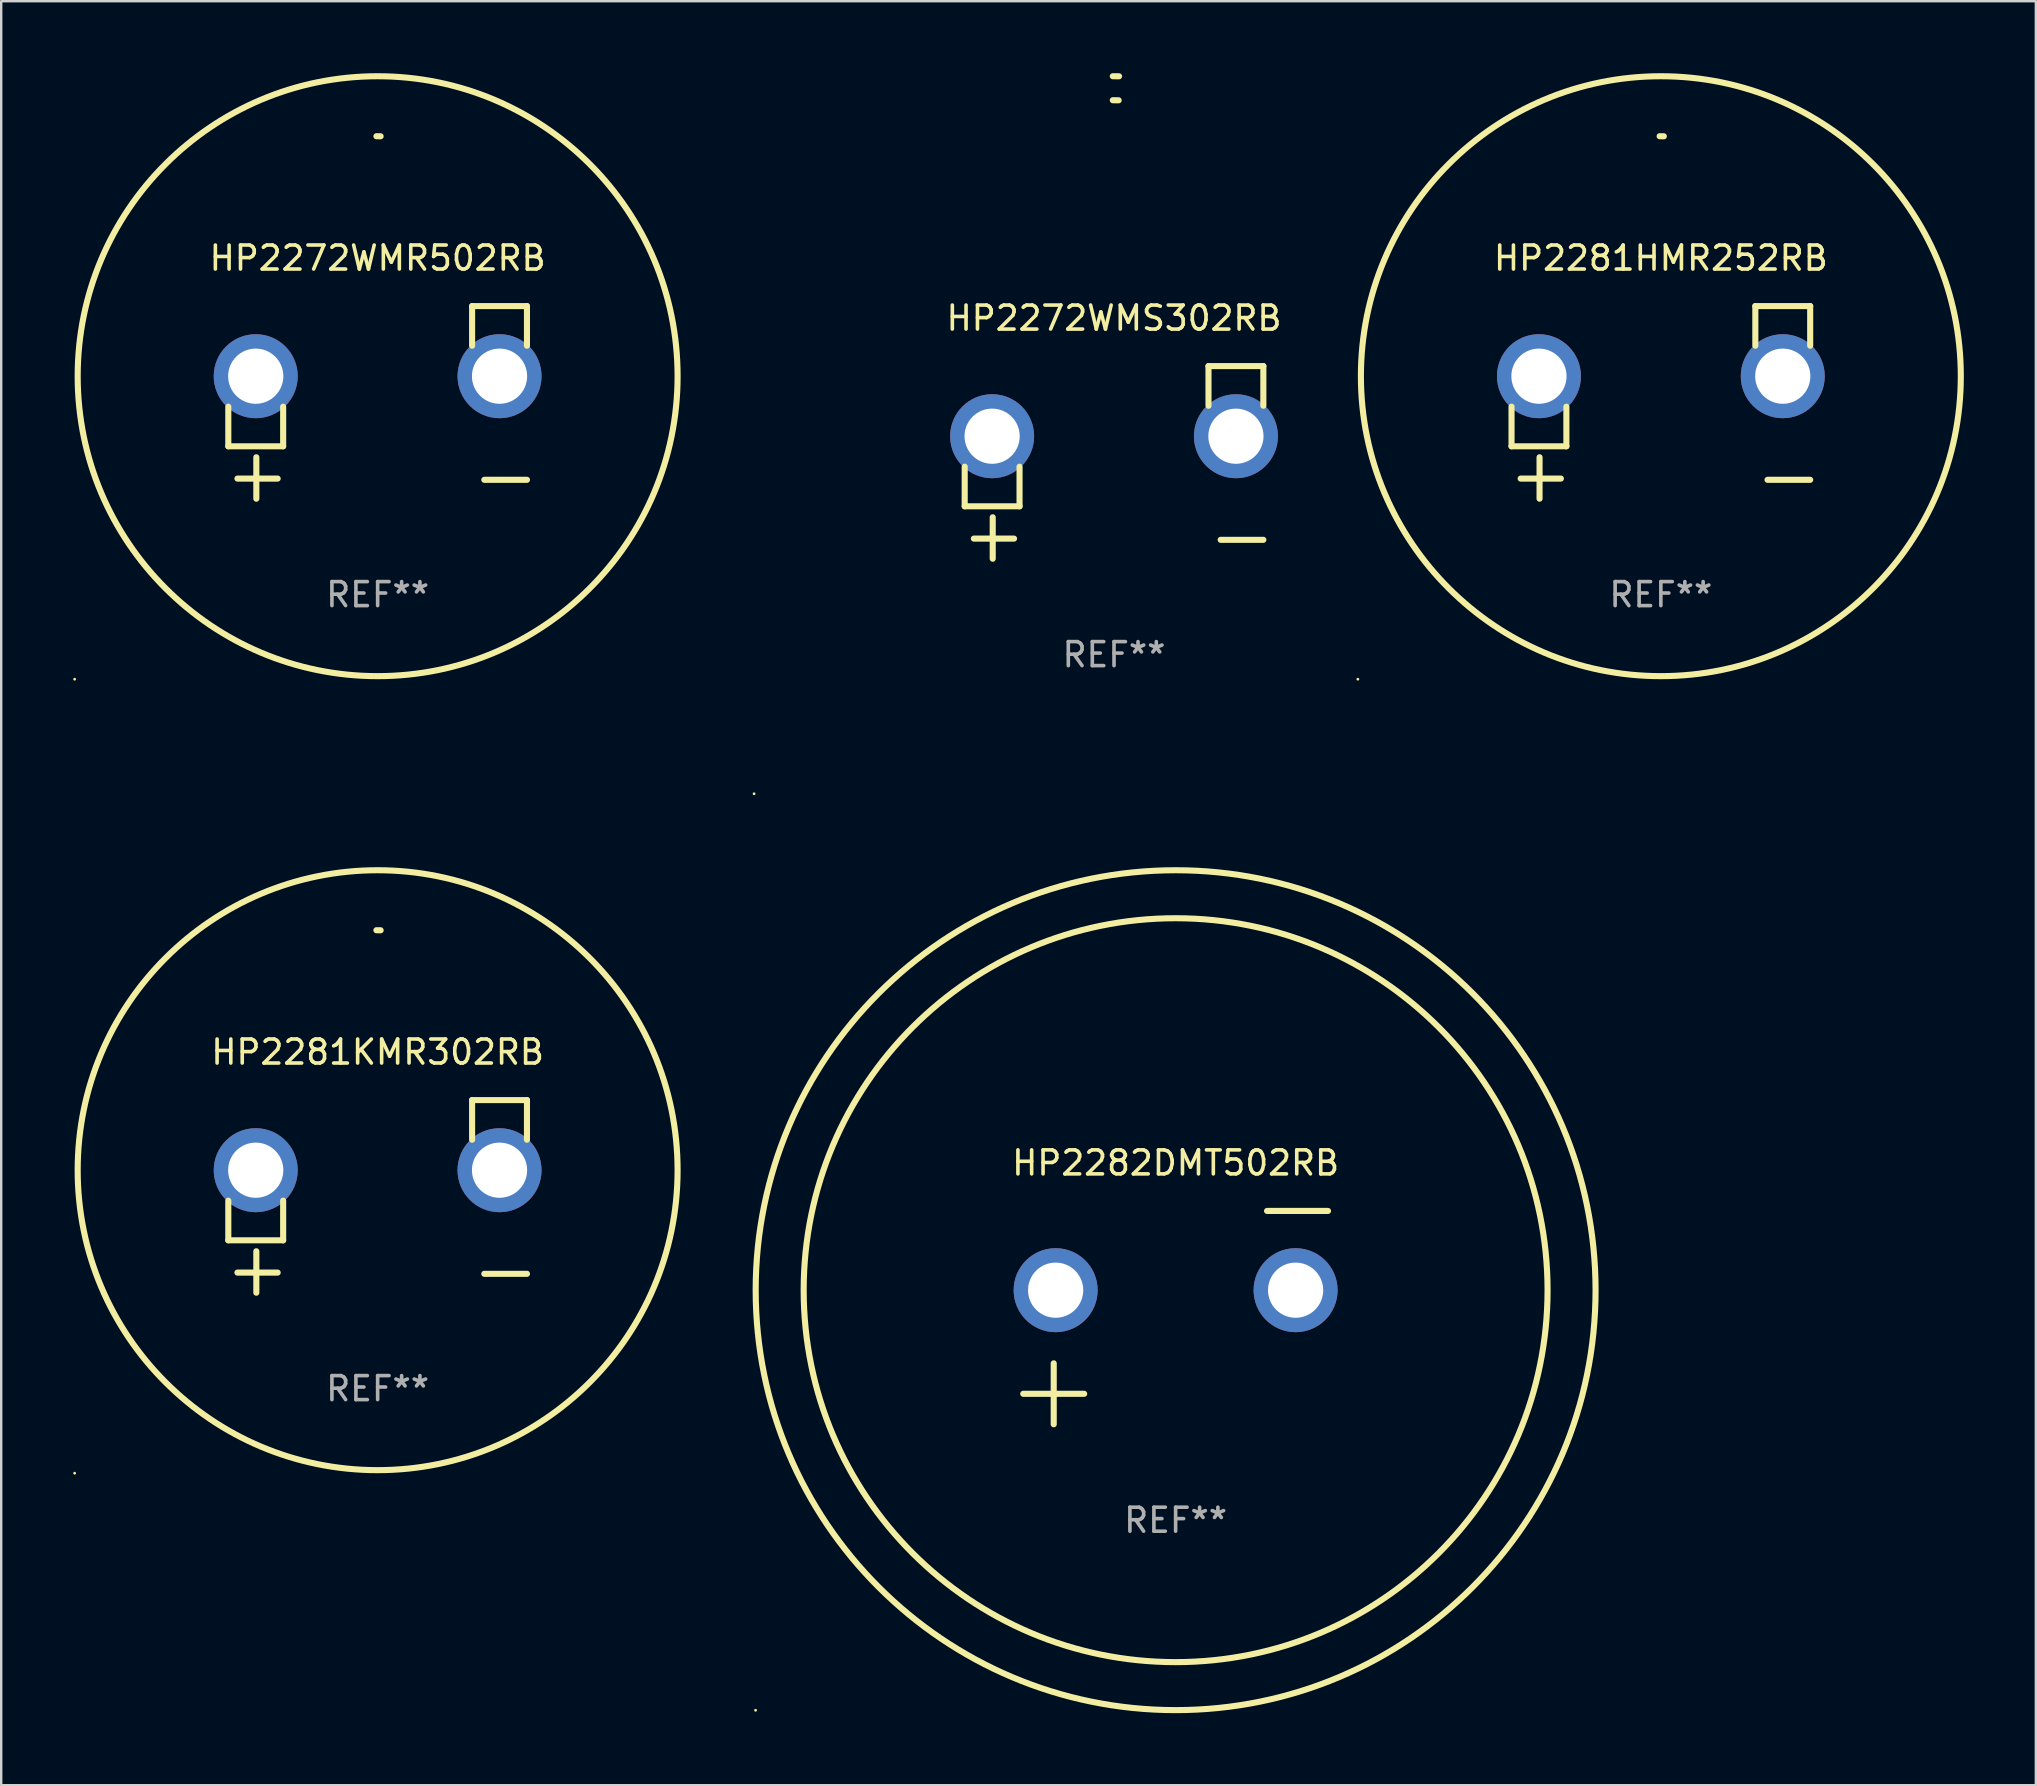
<source format=kicad_pcb>
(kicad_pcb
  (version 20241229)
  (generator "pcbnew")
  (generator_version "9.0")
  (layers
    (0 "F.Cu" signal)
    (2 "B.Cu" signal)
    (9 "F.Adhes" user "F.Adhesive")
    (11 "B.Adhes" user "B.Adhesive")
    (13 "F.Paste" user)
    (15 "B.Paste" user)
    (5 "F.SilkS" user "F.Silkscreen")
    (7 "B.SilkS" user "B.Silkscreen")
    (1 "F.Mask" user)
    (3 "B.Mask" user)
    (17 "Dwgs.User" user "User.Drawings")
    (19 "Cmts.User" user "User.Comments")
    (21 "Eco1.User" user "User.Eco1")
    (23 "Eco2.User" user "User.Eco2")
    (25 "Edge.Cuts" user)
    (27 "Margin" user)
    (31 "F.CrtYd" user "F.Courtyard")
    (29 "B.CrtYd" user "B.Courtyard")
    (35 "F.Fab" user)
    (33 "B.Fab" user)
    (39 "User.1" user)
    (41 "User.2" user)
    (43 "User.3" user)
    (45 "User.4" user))
  (footprint "HP2281KMR302RB"
    (layer "F.Cu")
    (at 12.687 46.807)
    (property "Reference" "HP2281KMR302RB" (at 0 -6.013 0) (layer "F.SilkS") (effects (font (size 1 1) (thickness 0.15))))
    (attr through_hole)
    (fp_line (start -6.223 0.178) (end -6.223 1.829) (stroke (width 0.254) (type solid)) (layer "F.SilkS"))
    (fp_line (start -6.223 1.829) (end -3.937 1.829) (stroke (width 0.254) (type solid)) (layer "F.SilkS"))
    (fp_line (start -5.055 4.013) (end -5.055 2.286) (stroke (width 0.254) (type solid)) (layer "F.SilkS"))
    (fp_line (start -4.166 3.175) (end -5.842 3.175) (stroke (width 0.254) (type solid)) (layer "F.SilkS"))
    (fp_line (start -3.937 1.829) (end -3.937 0.178) (stroke (width 0.254) (type solid)) (layer "F.SilkS"))
    (fp_line (start 3.937 -4.013) (end 3.937 -2.362) (stroke (width 0.254) (type solid)) (layer "F.SilkS"))
    (fp_line (start 6.223 -4.013) (end 3.937 -4.013) (stroke (width 0.254) (type solid)) (layer "F.SilkS"))
    (fp_line (start 6.223 -2.362) (end 6.223 -4.013) (stroke (width 0.254) (type solid)) (layer "F.SilkS"))
    (fp_line (start 6.223 3.226) (end 4.445 3.226) (stroke (width 0.254) (type solid)) (layer "F.SilkS"))
    (fp_arc (start -0.0508 -11.092202) (mid 0.036835 -11.091307) (end 0.12446 -11.089662) (stroke (width 0.254001) (type solid)) (layer "F.SilkS"))
    (fp_circle (center -12.627 11.535) (end -12.597 11.535) (stroke (width 0.06) (type solid)) (fill no) (layer "F.SilkS"))
    (fp_circle (center 0 -1.092) (end 12.5 -1.092) (stroke (width 0.254) (type solid)) (fill no) (layer "F.SilkS"))
    (fp_text user "REF**" (at 0 8.013 0) (layer "F.Fab") (effects (font (size 1 1) (thickness 0.15))))
    (pad "1" thru_hole circle (at -5.08 -1.092) (size 3.5 3.5) (drill 2.3) (layers "*.Cu" "*.Mask"))
    (pad "2" thru_hole circle (at 5.08 -1.092) (size 3.5 3.5) (drill 2.3) (layers "*.Cu" "*.Mask")))
  (footprint "HP2281HMR252RB"
    (layer "F.Cu")
    (at 66.162 13.719)
    (property "Reference" "HP2281HMR252RB" (at 0 -6.013 0) (layer "F.SilkS") (effects (font (size 1 1) (thickness 0.15))))
    (attr through_hole)
    (fp_line (start -6.223 0.178) (end -6.223 1.829) (stroke (width 0.254) (type solid)) (layer "F.SilkS"))
    (fp_line (start -6.223 1.829) (end -3.937 1.829) (stroke (width 0.254) (type solid)) (layer "F.SilkS"))
    (fp_line (start -5.055 4.013) (end -5.055 2.286) (stroke (width 0.254) (type solid)) (layer "F.SilkS"))
    (fp_line (start -4.166 3.175) (end -5.842 3.175) (stroke (width 0.254) (type solid)) (layer "F.SilkS"))
    (fp_line (start -3.937 1.829) (end -3.937 0.178) (stroke (width 0.254) (type solid)) (layer "F.SilkS"))
    (fp_line (start 3.937 -4.013) (end 3.937 -2.362) (stroke (width 0.254) (type solid)) (layer "F.SilkS"))
    (fp_line (start 6.223 -4.013) (end 3.937 -4.013) (stroke (width 0.254) (type solid)) (layer "F.SilkS"))
    (fp_line (start 6.223 -2.362) (end 6.223 -4.013) (stroke (width 0.254) (type solid)) (layer "F.SilkS"))
    (fp_line (start 6.223 3.226) (end 4.445 3.226) (stroke (width 0.254) (type solid)) (layer "F.SilkS"))
    (fp_arc (start -0.0508 -11.092202) (mid 0.036835 -11.091307) (end 0.12446 -11.089662) (stroke (width 0.254001) (type solid)) (layer "F.SilkS"))
    (fp_circle (center -12.627 11.535) (end -12.597 11.535) (stroke (width 0.06) (type solid)) (fill no) (layer "F.SilkS"))
    (fp_circle (center 0 -1.092) (end 12.5 -1.092) (stroke (width 0.254) (type solid)) (fill no) (layer "F.SilkS"))
    (fp_text user "REF**" (at 0 8.013 0) (layer "F.Fab") (effects (font (size 1 1) (thickness 0.15))))
    (pad "1" thru_hole circle (at -5.08 -1.092) (size 3.5 3.5) (drill 2.3) (layers "*.Cu" "*.Mask"))
    (pad "2" thru_hole circle (at 5.08 -1.092) (size 3.5 3.5) (drill 2.3) (layers "*.Cu" "*.Mask")))
  (footprint "HP2272WMR502RB"
    (layer "F.Cu")
    (at 12.687 13.719)
    (property "Reference" "HP2272WMR502RB" (at 0 -6.013 0) (layer "F.SilkS") (effects (font (size 1 1) (thickness 0.15))))
    (attr through_hole)
    (fp_line (start -6.223 0.178) (end -6.223 1.829) (stroke (width 0.254) (type solid)) (layer "F.SilkS"))
    (fp_line (start -6.223 1.829) (end -3.937 1.829) (stroke (width 0.254) (type solid)) (layer "F.SilkS"))
    (fp_line (start -5.055 4.013) (end -5.055 2.286) (stroke (width 0.254) (type solid)) (layer "F.SilkS"))
    (fp_line (start -4.166 3.175) (end -5.842 3.175) (stroke (width 0.254) (type solid)) (layer "F.SilkS"))
    (fp_line (start -3.937 1.829) (end -3.937 0.178) (stroke (width 0.254) (type solid)) (layer "F.SilkS"))
    (fp_line (start 3.937 -4.013) (end 3.937 -2.362) (stroke (width 0.254) (type solid)) (layer "F.SilkS"))
    (fp_line (start 6.223 -4.013) (end 3.937 -4.013) (stroke (width 0.254) (type solid)) (layer "F.SilkS"))
    (fp_line (start 6.223 -2.362) (end 6.223 -4.013) (stroke (width 0.254) (type solid)) (layer "F.SilkS"))
    (fp_line (start 6.223 3.226) (end 4.445 3.226) (stroke (width 0.254) (type solid)) (layer "F.SilkS"))
    (fp_arc (start -0.0508 -11.092202) (mid 0.036835 -11.091307) (end 0.12446 -11.089662) (stroke (width 0.254001) (type solid)) (layer "F.SilkS"))
    (fp_circle (center -12.627 11.535) (end -12.597 11.535) (stroke (width 0.06) (type solid)) (fill no) (layer "F.SilkS"))
    (fp_circle (center 0 -1.092) (end 12.5 -1.092) (stroke (width 0.254) (type solid)) (fill no) (layer "F.SilkS"))
    (fp_text user "REF**" (at 0 8.013 0) (layer "F.Fab") (effects (font (size 1 1) (thickness 0.15))))
    (pad "1" thru_hole circle (at -5.08 -1.092) (size 3.5 3.5) (drill 2.3) (layers "*.Cu" "*.Mask"))
    (pad "2" thru_hole circle (at 5.08 -1.092) (size 3.5 3.5) (drill 2.3) (layers "*.Cu" "*.Mask")))
  (footprint "HP2272WMS302RB"
    (layer "F.Cu")
    (at 43.374 16.22)
    (property "Reference" "HP2272WMS302RB" (at 0 -6.013 0) (layer "F.SilkS") (effects (font (size 1 1) (thickness 0.15))))
    (attr through_hole)
    (fp_line (start -6.223 0.178) (end -6.223 1.829) (stroke (width 0.254) (type solid)) (layer "F.SilkS"))
    (fp_line (start -6.223 1.829) (end -3.937 1.829) (stroke (width 0.254) (type solid)) (layer "F.SilkS"))
    (fp_line (start -5.055 4.013) (end -5.055 2.286) (stroke (width 0.254) (type solid)) (layer "F.SilkS"))
    (fp_line (start -4.166 3.175) (end -5.842 3.175) (stroke (width 0.254) (type solid)) (layer "F.SilkS"))
    (fp_line (start -3.937 1.829) (end -3.937 0.178) (stroke (width 0.254) (type solid)) (layer "F.SilkS"))
    (fp_line (start 3.937 -4.013) (end 3.937 -2.362) (stroke (width 0.254) (type solid)) (layer "F.SilkS"))
    (fp_line (start 6.223 -4.013) (end 3.937 -4.013) (stroke (width 0.254) (type solid)) (layer "F.SilkS"))
    (fp_line (start 6.223 -2.362) (end 6.223 -4.013) (stroke (width 0.254) (type solid)) (layer "F.SilkS"))
    (fp_line (start 6.223 3.226) (end 4.445 3.226) (stroke (width 0.254) (type solid)) (layer "F.SilkS"))
    (fp_arc (start -0.0508 -16.093472) (mid 0.080016 -16.092762) (end 0.210821 -16.090932) (stroke (width 0.254001) (type solid)) (layer "F.SilkS"))
    (fp_arc (start -0.0508 -15.09271) (mid 0.071125 -15.091961) (end 0.19304 -15.09017) (stroke (width 0.254001) (type solid)) (layer "F.SilkS"))
    (fp_circle (center -15 13.808) (end -14.97 13.808) (stroke (width 0.06) (type solid)) (fill no) (layer "F.SilkS"))
    (fp_text user "REF**" (at 0 8.013 0) (layer "F.Fab") (effects (font (size 1 1) (thickness 0.15))))
    (pad "1" thru_hole circle (at -5.08 -1.092) (size 3.5 3.5) (drill 2.3) (layers "*.Cu" "*.Mask"))
    (pad "2" thru_hole circle (at 5.08 -1.092) (size 3.5 3.5) (drill 2.3) (layers "*.Cu" "*.Mask")))
  (footprint "HP2282DMT502RB"
    (layer "F.Cu")
    (at 45.941 51.858)
    (property "Reference" "HP2282DMT502RB" (at 0 -6.445 0) (layer "F.SilkS") (effects (font (size 1 1) (thickness 0.15))))
    (attr through_hole)
    (fp_line (start -6.35 3.175) (end -3.81 3.175) (stroke (width 0.254) (type solid)) (layer "F.SilkS"))
    (fp_line (start -5.08 1.905) (end -5.08 4.445) (stroke (width 0.254) (type solid)) (layer "F.SilkS"))
    (fp_line (start 3.81 -4.445) (end 6.35 -4.445) (stroke (width 0.254) (type solid)) (layer "F.SilkS"))
    (fp_circle (center -17.505 16.362) (end -17.475 16.362) (stroke (width 0.06) (type solid)) (fill no) (layer "F.SilkS"))
    (fp_circle (center 0 -1.143) (end 15.5 -1.143) (stroke (width 0.254) (type solid)) (fill no) (layer "F.SilkS"))
    (fp_circle (center 0 -1.143) (end 17.5 -1.143) (stroke (width 0.254) (type solid)) (fill no) (layer "F.SilkS"))
    (fp_text user "REF**" (at 0 8.445 0) (layer "F.Fab") (effects (font (size 1 1) (thickness 0.15))))
    (pad "1" thru_hole circle (at -5 -1.143) (size 3.5 3.5) (drill 2.3) (layers "*.Cu" "*.Mask"))
    (pad "2" thru_hole circle (at 5 -1.143) (size 3.5 3.5) (drill 2.3) (layers "*.Cu" "*.Mask")))
  (gr_rect
    (start -3 -3)
    (end 81.789 71.343)
    (stroke (width 0.1) (type default))
    (fill no)
    (layer "Edge.Cuts")))
</source>
